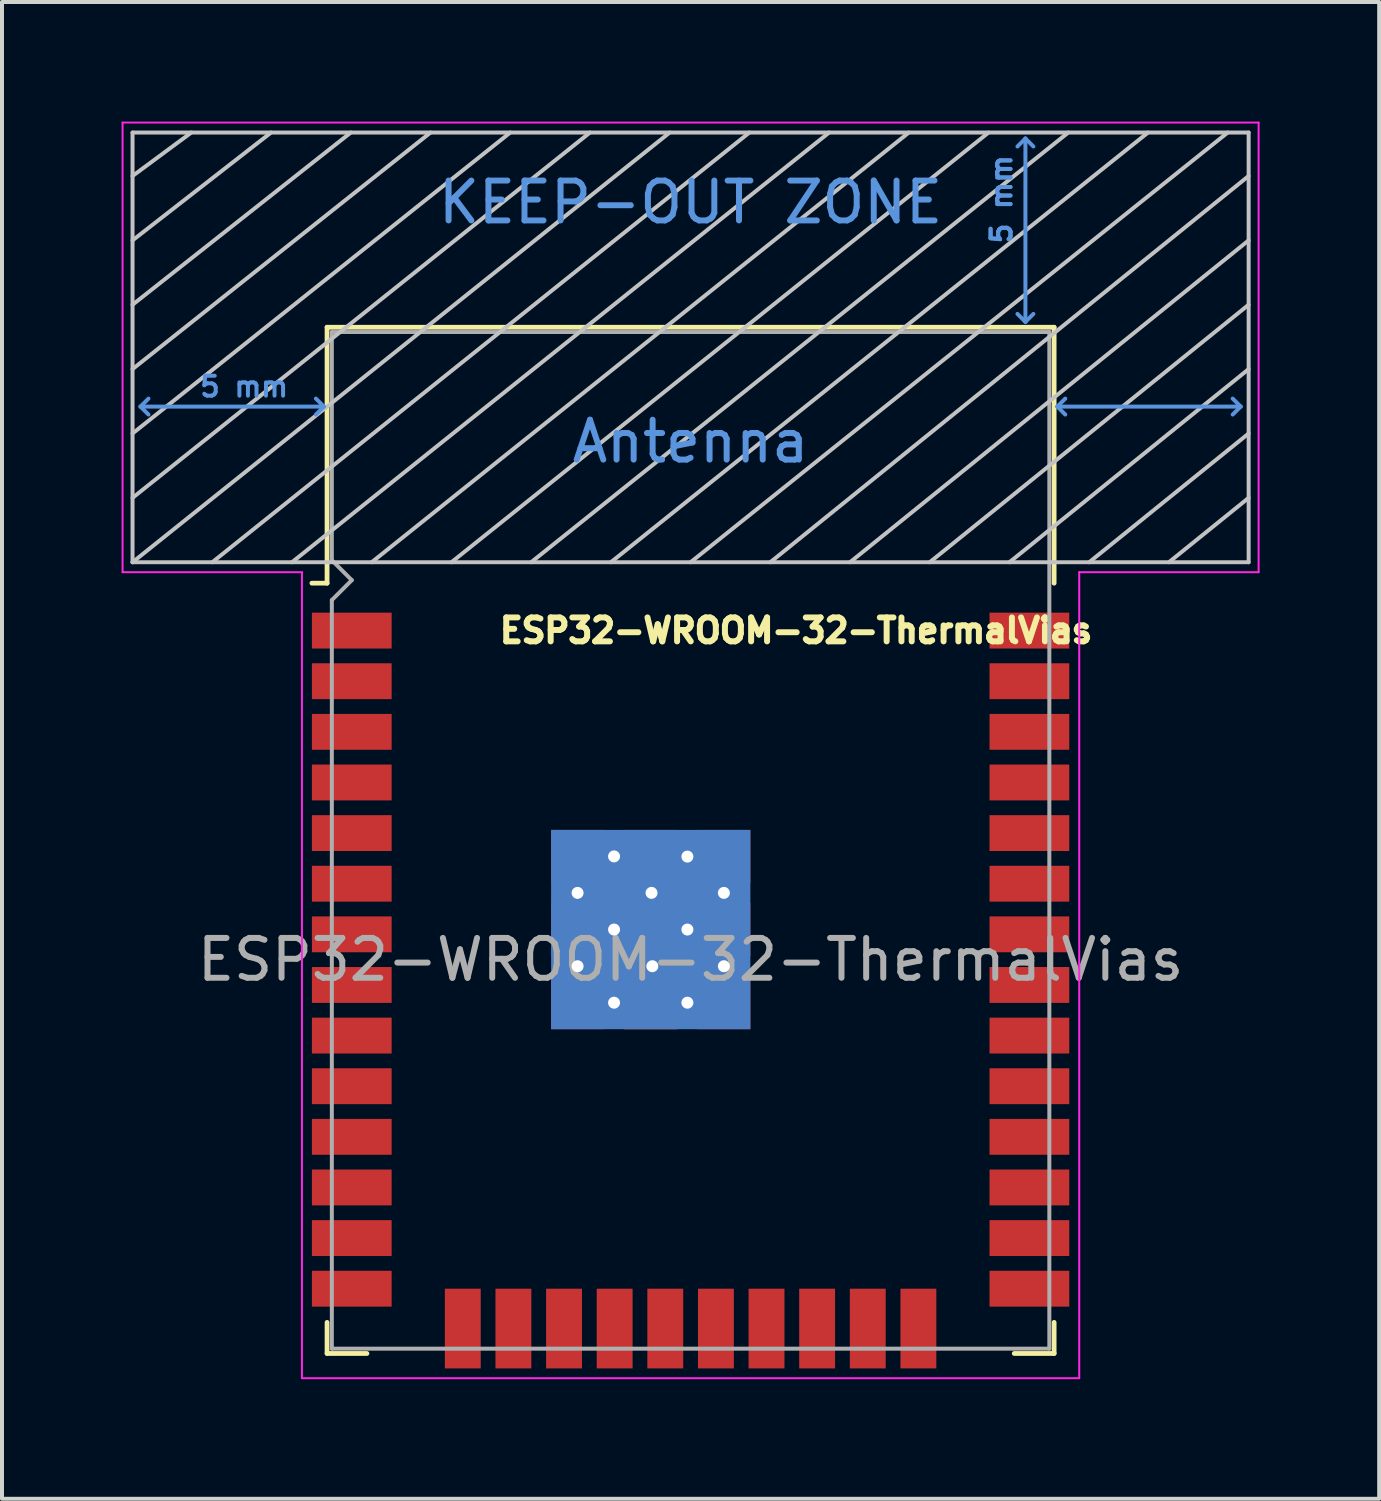
<source format=kicad_pcb>
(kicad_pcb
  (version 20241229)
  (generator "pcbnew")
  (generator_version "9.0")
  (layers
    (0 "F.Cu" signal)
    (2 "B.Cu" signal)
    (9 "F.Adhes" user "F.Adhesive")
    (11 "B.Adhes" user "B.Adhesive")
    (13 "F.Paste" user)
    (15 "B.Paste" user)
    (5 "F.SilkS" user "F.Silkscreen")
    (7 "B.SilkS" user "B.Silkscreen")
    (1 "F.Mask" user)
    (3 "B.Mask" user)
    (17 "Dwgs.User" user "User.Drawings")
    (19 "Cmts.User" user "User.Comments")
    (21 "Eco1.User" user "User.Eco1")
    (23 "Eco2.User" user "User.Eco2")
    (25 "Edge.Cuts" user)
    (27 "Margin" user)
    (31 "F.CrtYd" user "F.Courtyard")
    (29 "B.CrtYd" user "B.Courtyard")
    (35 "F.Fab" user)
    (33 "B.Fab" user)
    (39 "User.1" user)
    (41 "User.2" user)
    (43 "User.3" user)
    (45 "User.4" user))
  (footprint "ESP32-WROOM-32-ThermalVias"
    (layer "F.Cu")
    (at 14.275 21.025)
    (property "Reference" "ESP32-WROOM-32-ThermalVias" (at 10.16 -8.255 0) (layer "F.SilkS") (effects (font (size 0.6 0.6) (thickness 0.15)) (justify right)))
    (attr smd)
    (fp_line (start -9.12 -15.865) (end -9.12 -9.445) (stroke (width 0.12) (type solid)) (layer "F.SilkS"))
    (fp_line (start -9.12 -15.865) (end 9.12 -15.865) (stroke (width 0.12) (type solid)) (layer "F.SilkS"))
    (fp_line (start -9.12 -9.445) (end -9.5 -9.445) (stroke (width 0.12) (type solid)) (layer "F.SilkS"))
    (fp_line (start -9.12 9.1) (end -9.12 9.88) (stroke (width 0.12) (type solid)) (layer "F.SilkS"))
    (fp_line (start -9.12 9.88) (end -8.12 9.88) (stroke (width 0.12) (type solid)) (layer "F.SilkS"))
    (fp_line (start 9.12 -15.865) (end 9.12 -9.445) (stroke (width 0.12) (type solid)) (layer "F.SilkS"))
    (fp_line (start 9.12 9.1) (end 9.12 9.88) (stroke (width 0.12) (type solid)) (layer "F.SilkS"))
    (fp_line (start 9.12 9.88) (end 8.12 9.88) (stroke (width 0.12) (type solid)) (layer "F.SilkS"))
    (fp_line (start -14 -9.97) (end -14 -20.75) (stroke (width 0.1) (type solid)) (layer "Dwgs.User"))
    (fp_line (start -12.525 -20.75) (end -14 -19.66) (stroke (width 0.1) (type solid)) (layer "Dwgs.User"))
    (fp_line (start -10.525 -20.75) (end -14 -18.045) (stroke (width 0.1) (type solid)) (layer "Dwgs.User"))
    (fp_line (start -8.525 -20.75) (end -14 -16.43) (stroke (width 0.1) (type solid)) (layer "Dwgs.User"))
    (fp_line (start -8 -9.97) (end 5.475 -20.75) (stroke (width 0.1) (type solid)) (layer "Dwgs.User"))
    (fp_line (start -6.525 -20.75) (end -14 -14.815) (stroke (width 0.1) (type solid)) (layer "Dwgs.User"))
    (fp_line (start -4.525 -20.75) (end -14 -13.2) (stroke (width 0.1) (type solid)) (layer "Dwgs.User"))
    (fp_line (start -2.525 -20.75) (end -14 -11.585) (stroke (width 0.1) (type solid)) (layer "Dwgs.User"))
    (fp_line (start -0.525 -20.75) (end -14 -9.97) (stroke (width 0.1) (type solid)) (layer "Dwgs.User"))
    (fp_line (start 1.475 -20.75) (end -12 -9.97) (stroke (width 0.1) (type solid)) (layer "Dwgs.User"))
    (fp_line (start 3.475 -20.75) (end -10 -9.97) (stroke (width 0.1) (type solid)) (layer "Dwgs.User"))
    (fp_line (start 7.475 -20.75) (end -6 -9.97) (stroke (width 0.1) (type solid)) (layer "Dwgs.User"))
    (fp_line (start 9.475 -20.75) (end -4 -9.97) (stroke (width 0.1) (type solid)) (layer "Dwgs.User"))
    (fp_line (start 11.475 -20.75) (end -2 -9.97) (stroke (width 0.1) (type solid)) (layer "Dwgs.User"))
    (fp_line (start 13.475 -20.75) (end 0 -9.97) (stroke (width 0.1) (type solid)) (layer "Dwgs.User"))
    (fp_line (start 14 -20.75) (end -14 -20.75) (stroke (width 0.1) (type solid)) (layer "Dwgs.User"))
    (fp_line (start 14 -19.66) (end 2 -9.97) (stroke (width 0.1) (type solid)) (layer "Dwgs.User"))
    (fp_line (start 14 -18.045) (end 4 -9.97) (stroke (width 0.1) (type solid)) (layer "Dwgs.User"))
    (fp_line (start 14 -16.43) (end 6 -9.97) (stroke (width 0.1) (type solid)) (layer "Dwgs.User"))
    (fp_line (start 14 -14.815) (end 8 -9.97) (stroke (width 0.1) (type solid)) (layer "Dwgs.User"))
    (fp_line (start 14 -13.2) (end 10 -9.97) (stroke (width 0.1) (type solid)) (layer "Dwgs.User"))
    (fp_line (start 14 -11.585) (end 12 -9.97) (stroke (width 0.1) (type solid)) (layer "Dwgs.User"))
    (fp_line (start 14 -9.97) (end -14 -9.97) (stroke (width 0.1) (type solid)) (layer "Dwgs.User"))
    (fp_line (start 14 -9.97) (end 14 -20.75) (stroke (width 0.1) (type solid)) (layer "Dwgs.User"))
    (fp_line (start -13.8 -13.875) (end -13.6 -14.075) (stroke (width 0.1) (type solid)) (layer "Cmts.User"))
    (fp_line (start -13.8 -13.875) (end -13.6 -13.675) (stroke (width 0.1) (type solid)) (layer "Cmts.User"))
    (fp_line (start -13.8 -13.875) (end -9.2 -13.875) (stroke (width 0.1) (type solid)) (layer "Cmts.User"))
    (fp_line (start -9.2 -13.875) (end -9.4 -14.075) (stroke (width 0.1) (type solid)) (layer "Cmts.User"))
    (fp_line (start -9.2 -13.875) (end -9.4 -13.675) (stroke (width 0.1) (type solid)) (layer "Cmts.User"))
    (fp_line (start 8.4 -20.6) (end 8.2 -20.4) (stroke (width 0.1) (type solid)) (layer "Cmts.User"))
    (fp_line (start 8.4 -20.6) (end 8.6 -20.4) (stroke (width 0.1) (type solid)) (layer "Cmts.User"))
    (fp_line (start 8.4 -16) (end 8.2 -16.2) (stroke (width 0.1) (type solid)) (layer "Cmts.User"))
    (fp_line (start 8.4 -16) (end 8.4 -20.6) (stroke (width 0.1) (type solid)) (layer "Cmts.User"))
    (fp_line (start 8.4 -16) (end 8.6 -16.2) (stroke (width 0.1) (type solid)) (layer "Cmts.User"))
    (fp_line (start 9.2 -13.875) (end 9.4 -14.075) (stroke (width 0.1) (type solid)) (layer "Cmts.User"))
    (fp_line (start 9.2 -13.875) (end 9.4 -13.675) (stroke (width 0.1) (type solid)) (layer "Cmts.User"))
    (fp_line (start 9.2 -13.875) (end 13.8 -13.875) (stroke (width 0.1) (type solid)) (layer "Cmts.User"))
    (fp_line (start 13.8 -13.875) (end 13.6 -14.075) (stroke (width 0.1) (type solid)) (layer "Cmts.User"))
    (fp_line (start 13.8 -13.875) (end 13.6 -13.675) (stroke (width 0.1) (type solid)) (layer "Cmts.User"))
    (fp_line (start -14.25 -21) (end -14.25 -9.72) (stroke (width 0.05) (type solid)) (layer "F.CrtYd"))
    (fp_line (start -14.25 -21) (end 14.25 -21) (stroke (width 0.05) (type solid)) (layer "F.CrtYd"))
    (fp_line (start -14.25 -9.72) (end -9.75 -9.72) (stroke (width 0.05) (type solid)) (layer "F.CrtYd"))
    (fp_line (start -9.75 10.5) (end -9.75 -9.72) (stroke (width 0.05) (type solid)) (layer "F.CrtYd"))
    (fp_line (start -9.75 10.5) (end 9.75 10.5) (stroke (width 0.05) (type solid)) (layer "F.CrtYd"))
    (fp_line (start 9.75 -9.72) (end 9.75 10.5) (stroke (width 0.05) (type solid)) (layer "F.CrtYd"))
    (fp_line (start 9.75 -9.72) (end 14.25 -9.72) (stroke (width 0.05) (type solid)) (layer "F.CrtYd"))
    (fp_line (start 14.25 -21) (end 14.25 -9.72) (stroke (width 0.05) (type solid)) (layer "F.CrtYd"))
    (fp_line (start -9 -15.745) (end -9 -10.02) (stroke (width 0.1) (type solid)) (layer "F.Fab"))
    (fp_line (start -9 -15.745) (end 9 -15.745) (stroke (width 0.1) (type solid)) (layer "F.Fab"))
    (fp_line (start -9 -9.02) (end -9 9.76) (stroke (width 0.1) (type solid)) (layer "F.Fab"))
    (fp_line (start -9 -9.02) (end -8.5 -9.52) (stroke (width 0.1) (type solid)) (layer "F.Fab"))
    (fp_line (start -9 9.76) (end 9 9.76) (stroke (width 0.1) (type solid)) (layer "F.Fab"))
    (fp_line (start -8.5 -9.52) (end -9 -10.02) (stroke (width 0.1) (type solid)) (layer "F.Fab"))
    (fp_line (start 9 9.76) (end 9 -15.745) (stroke (width 0.1) (type solid)) (layer "F.Fab"))
    (fp_text user "KEEP-OUT ZONE" (at 0 -19 180) (layer "Cmts.User") (effects (font (size 1 1) (thickness 0.15))))
    (fp_text user "5 mm" (at -11.2 -14.375 180) (layer "Cmts.User") (effects (font (size 0.5 0.5) (thickness 0.1))))
    (fp_text user "5 mm" (at 7.8 -19.075 270) (layer "Cmts.User") (effects (font (size 0.5 0.5) (thickness 0.1))))
    (fp_text user "5 mm" (at 7.8 -19.075 270) (layer "Cmts.User") (effects (font (size 0.5 0.5) (thickness 0.1))))
    (fp_text user "Antenna" (at 0 -13 180) (layer "Cmts.User") (effects (font (size 1 1) (thickness 0.15))))
    (fp_text user "${REFERENCE}" (at 0 0 180) (layer "F.Fab") (effects (font (size 1 1) (thickness 0.15))))
    (pad "1" smd rect (at -8.5 -8.255) (size 2 0.9) (layers "F.Cu" "F.Mask" "F.Paste"))
    (pad "2" smd rect (at -8.5 -6.985) (size 2 0.9) (layers "F.Cu" "F.Mask" "F.Paste"))
    (pad "3" smd rect (at -8.5 -5.715) (size 2 0.9) (layers "F.Cu" "F.Mask" "F.Paste"))
    (pad "4" smd rect (at -8.5 -4.445) (size 2 0.9) (layers "F.Cu" "F.Mask" "F.Paste"))
    (pad "5" smd rect (at -8.5 -3.175) (size 2 0.9) (layers "F.Cu" "F.Mask" "F.Paste"))
    (pad "6" smd rect (at -8.5 -1.905) (size 2 0.9) (layers "F.Cu" "F.Mask" "F.Paste"))
    (pad "7" smd rect (at -8.5 -0.635) (size 2 0.9) (layers "F.Cu" "F.Mask" "F.Paste"))
    (pad "8" smd rect (at -8.5 0.635) (size 2 0.9) (layers "F.Cu" "F.Mask" "F.Paste"))
    (pad "9" smd rect (at -8.5 1.905) (size 2 0.9) (layers "F.Cu" "F.Mask" "F.Paste"))
    (pad "10" smd rect (at -8.5 3.175) (size 2 0.9) (layers "F.Cu" "F.Mask" "F.Paste"))
    (pad "11" smd rect (at -8.5 4.445) (size 2 0.9) (layers "F.Cu" "F.Mask" "F.Paste"))
    (pad "12" smd rect (at -8.5 5.715) (size 2 0.9) (layers "F.Cu" "F.Mask" "F.Paste"))
    (pad "13" smd rect (at -8.5 6.985) (size 2 0.9) (layers "F.Cu" "F.Mask" "F.Paste"))
    (pad "14" smd rect (at -8.5 8.255) (size 2 0.9) (layers "F.Cu" "F.Mask" "F.Paste"))
    (pad "15" smd rect (at -5.715 9.255 90) (size 2 0.9) (layers "F.Cu" "F.Mask" "F.Paste"))
    (pad "16" smd rect (at -4.445 9.255 90) (size 2 0.9) (layers "F.Cu" "F.Mask" "F.Paste"))
    (pad "17" smd rect (at -3.175 9.255 90) (size 2 0.9) (layers "F.Cu" "F.Mask" "F.Paste"))
    (pad "18" smd rect (at -1.905 9.255 90) (size 2 0.9) (layers "F.Cu" "F.Mask" "F.Paste"))
    (pad "19" smd rect (at -0.635 9.255 90) (size 2 0.9) (layers "F.Cu" "F.Mask" "F.Paste"))
    (pad "20" smd rect (at 0.635 9.255 90) (size 2 0.9) (layers "F.Cu" "F.Mask" "F.Paste"))
    (pad "21" smd rect (at 1.905 9.255 90) (size 2 0.9) (layers "F.Cu" "F.Mask" "F.Paste"))
    (pad "22" smd rect (at 3.175 9.255 90) (size 2 0.9) (layers "F.Cu" "F.Mask" "F.Paste"))
    (pad "23" smd rect (at 4.445 9.255 90) (size 2 0.9) (layers "F.Cu" "F.Mask" "F.Paste"))
    (pad "24" smd rect (at 5.715 9.255 90) (size 2 0.9) (layers "F.Cu" "F.Mask" "F.Paste"))
    (pad "25" smd rect (at 8.5 8.255) (size 2 0.9) (layers "F.Cu" "F.Mask" "F.Paste"))
    (pad "26" smd rect (at 8.5 6.985) (size 2 0.9) (layers "F.Cu" "F.Mask" "F.Paste"))
    (pad "27" smd rect (at 8.5 5.715) (size 2 0.9) (layers "F.Cu" "F.Mask" "F.Paste"))
    (pad "28" smd rect (at 8.5 4.445) (size 2 0.9) (layers "F.Cu" "F.Mask" "F.Paste"))
    (pad "29" smd rect (at 8.5 3.175) (size 2 0.9) (layers "F.Cu" "F.Mask" "F.Paste"))
    (pad "30" smd rect (at 8.5 1.905) (size 2 0.9) (layers "F.Cu" "F.Mask" "F.Paste"))
    (pad "31" smd rect (at 8.5 0.635) (size 2 0.9) (layers "F.Cu" "F.Mask" "F.Paste"))
    (pad "32" smd rect (at 8.5 -0.635) (size 2 0.9) (layers "F.Cu" "F.Mask" "F.Paste"))
    (pad "33" smd rect (at 8.5 -1.905) (size 2 0.9) (layers "F.Cu" "F.Mask" "F.Paste"))
    (pad "34" smd rect (at 8.5 -3.175) (size 2 0.9) (layers "F.Cu" "F.Mask" "F.Paste"))
    (pad "35" smd rect (at 8.5 -4.445) (size 2 0.9) (layers "F.Cu" "F.Mask" "F.Paste"))
    (pad "36" smd rect (at 8.5 -5.715) (size 2 0.9) (layers "F.Cu" "F.Mask" "F.Paste"))
    (pad "37" smd rect (at 8.5 -6.985) (size 2 0.9) (layers "F.Cu" "F.Mask" "F.Paste"))
    (pad "38" smd rect (at 8.5 -8.255) (size 2 0.9) (layers "F.Cu" "F.Mask" "F.Paste"))
    (pad "39" smd rect (at -2.835 -2.59) (size 1.33 1.33) (layers "F.Cu" "F.Mask"))
    (pad "39" thru_hole rect (at -2.835 -1.675) (size 0.5 0.5) (drill 0.3) (layers "*.Cu"))
    (pad "39" smd rect (at -2.835 -0.755) (size 1.33 1.34) (layers "F.Cu" "F.Mask"))
    (pad "39" thru_hole rect (at -2.835 0.165) (size 0.5 0.5) (drill 0.3) (layers "*.Cu"))
    (pad "39" smd rect (at -2.835 1.08) (size 1.33 1.33) (layers "F.Cu" "F.Mask"))
    (pad "39" thru_hole rect (at -1.92 -2.59) (size 0.5 0.5) (drill 0.3) (layers "*.Cu"))
    (pad "39" thru_hole rect (at -1.92 -0.755) (size 0.5 0.5) (drill 0.3) (layers "*.Cu"))
    (pad "39" thru_hole rect (at -1.92 1.08) (size 0.5 0.5) (drill 0.3) (layers "*.Cu"))
    (pad "39" smd rect (at -1 -2.59) (size 1.34 1.33) (layers "F.Cu" "F.Mask"))
    (pad "39" smd rect (at -1 -0.755) (size 1.34 1.34) (layers "F.Cu" "F.Mask"))
    (pad "39" smd rect (at -1 -0.755) (size 5 5) (layers "B.Cu"))
    (pad "39" smd rect (at -1 1.08) (size 1.34 1.34) (layers "F.Cu" "F.Mask"))
    (pad "39" thru_hole rect (at -0.98 -1.675) (size 0.5 0.5) (drill 0.3) (layers "*.Cu"))
    (pad "39" thru_hole rect (at -0.96 0.165) (size 0.5 0.5) (drill 0.3) (layers "*.Cu"))
    (pad "39" thru_hole rect (at -0.08 -2.585) (size 0.5 0.5) (drill 0.3) (layers "*.Cu"))
    (pad "39" thru_hole rect (at -0.08 -0.755) (size 0.5 0.5) (drill 0.3) (layers "*.Cu"))
    (pad "39" thru_hole rect (at -0.08 1.08) (size 0.5 0.5) (drill 0.3) (layers "*.Cu"))
    (pad "39" smd rect (at 0.835 -2.59) (size 1.33 1.33) (layers "F.Cu" "F.Mask"))
    (pad "39" thru_hole rect (at 0.835 -1.675) (size 0.5 0.5) (drill 0.3) (layers "*.Cu"))
    (pad "39" smd rect (at 0.835 -0.755) (size 1.33 1.34) (layers "F.Cu" "F.Mask"))
    (pad "39" thru_hole rect (at 0.835 0.165) (size 0.5 0.5) (drill 0.3) (layers "*.Cu"))
    (pad "39" smd rect (at 0.835 1.08) (size 1.33 1.33) (layers "F.Cu" "F.Mask")))
  (gr_rect
    (start -3 -3)
    (end 31.55 34.55)
    (stroke (width 0.1) (type default))
    (fill no)
    (layer "Edge.Cuts")))
</source>
